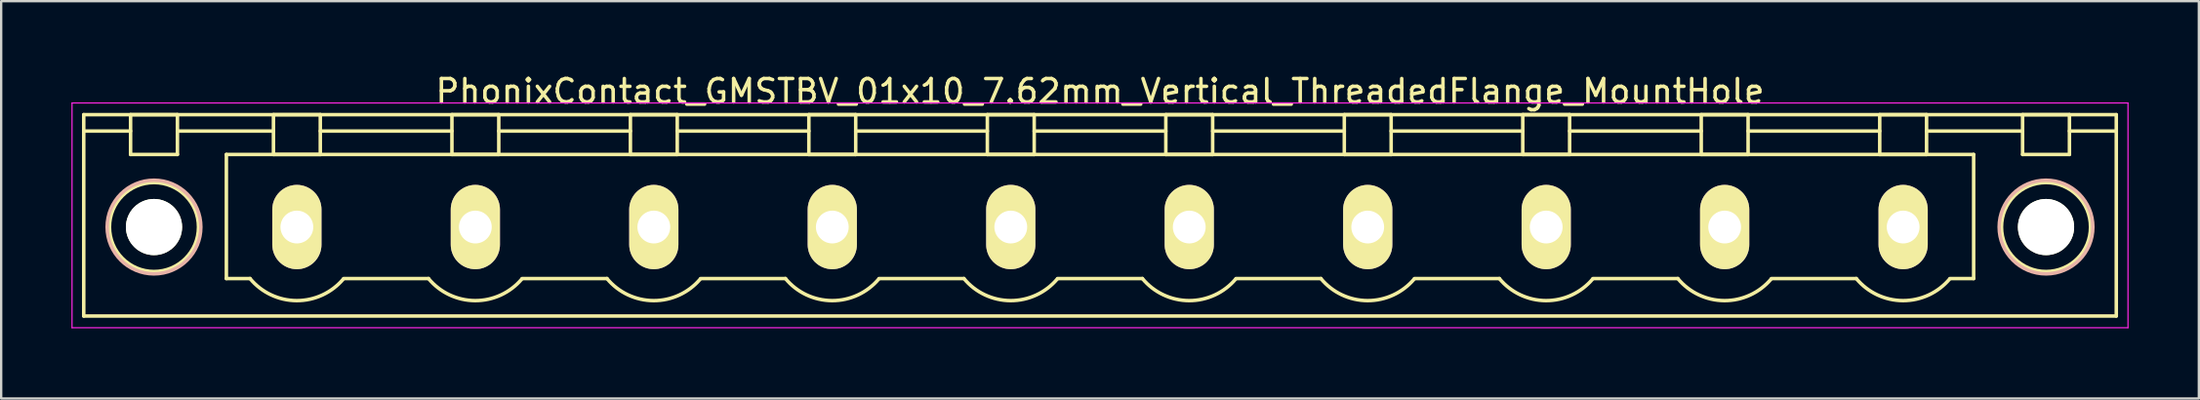
<source format=kicad_pcb>
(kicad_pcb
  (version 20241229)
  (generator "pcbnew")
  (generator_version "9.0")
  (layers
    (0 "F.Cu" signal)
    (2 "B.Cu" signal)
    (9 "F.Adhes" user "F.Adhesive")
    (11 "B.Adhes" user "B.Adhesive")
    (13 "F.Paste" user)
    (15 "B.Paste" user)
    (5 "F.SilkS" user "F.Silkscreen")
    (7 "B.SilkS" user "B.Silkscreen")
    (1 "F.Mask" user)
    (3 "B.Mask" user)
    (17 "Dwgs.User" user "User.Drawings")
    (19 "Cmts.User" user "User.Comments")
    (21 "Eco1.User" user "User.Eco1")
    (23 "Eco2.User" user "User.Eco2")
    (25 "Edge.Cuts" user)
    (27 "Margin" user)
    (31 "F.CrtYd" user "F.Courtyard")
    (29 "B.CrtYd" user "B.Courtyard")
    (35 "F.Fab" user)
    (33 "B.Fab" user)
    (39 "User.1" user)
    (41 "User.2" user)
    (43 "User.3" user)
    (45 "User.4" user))
  (footprint "PhonixContact_GMSTBV_01x10_7.62mm_Vertical_ThreadedFlange_MountHole"
    (layer "F.Cu")
    (at 9.625 6.648)
    (property "Reference" "PhonixContact_GMSTBV_01x10_7.62mm_Vertical_ThreadedFlange_MountHole" (at 34.29 -5.8 0) (layer "F.SilkS") (effects (font (size 1 1) (thickness 0.15))))
    (attr through_hole)
    (fp_line (start -9.1 -4.8) (end -9.1 3.8) (stroke (width 0.15) (type solid)) (layer "F.SilkS"))
    (fp_line (start -9.1 -4.1) (end -7.1 -4.1) (stroke (width 0.15) (type solid)) (layer "F.SilkS"))
    (fp_line (start -9.1 3.8) (end 77.68 3.8) (stroke (width 0.15) (type solid)) (layer "F.SilkS"))
    (fp_line (start -7.1 -4.8) (end -5.1 -4.8) (stroke (width 0.15) (type solid)) (layer "F.SilkS"))
    (fp_line (start -7.1 -3.1) (end -7.1 -4.8) (stroke (width 0.15) (type solid)) (layer "F.SilkS"))
    (fp_line (start -5.1 -4.8) (end -5.1 -3.1) (stroke (width 0.15) (type solid)) (layer "F.SilkS"))
    (fp_line (start -5.1 -4.1) (end -1 -4.1) (stroke (width 0.15) (type solid)) (layer "F.SilkS"))
    (fp_line (start -5.1 -3.1) (end -7.1 -3.1) (stroke (width 0.15) (type solid)) (layer "F.SilkS"))
    (fp_line (start -3.01 -3.1) (end 71.59 -3.1) (stroke (width 0.15) (type solid)) (layer "F.SilkS"))
    (fp_line (start -3.01 2.2) (end -3.01 -3.1) (stroke (width 0.15) (type solid)) (layer "F.SilkS"))
    (fp_line (start -2 2.2) (end -3.01 2.2) (stroke (width 0.15) (type solid)) (layer "F.SilkS"))
    (fp_line (start -1 -4.8) (end 1 -4.8) (stroke (width 0.15) (type solid)) (layer "F.SilkS"))
    (fp_line (start -1 -3.1) (end -1 -4.8) (stroke (width 0.15) (type solid)) (layer "F.SilkS"))
    (fp_line (start 1 -4.8) (end 1 -3.1) (stroke (width 0.15) (type solid)) (layer "F.SilkS"))
    (fp_line (start 1 -4.1) (end 6.62 -4.1) (stroke (width 0.15) (type solid)) (layer "F.SilkS"))
    (fp_line (start 1 -3.1) (end -1 -3.1) (stroke (width 0.15) (type solid)) (layer "F.SilkS"))
    (fp_line (start 2 2.2) (end 5.62 2.2) (stroke (width 0.15) (type solid)) (layer "F.SilkS"))
    (fp_line (start 6.62 -4.8) (end 8.62 -4.8) (stroke (width 0.15) (type solid)) (layer "F.SilkS"))
    (fp_line (start 6.62 -3.1) (end 6.62 -4.8) (stroke (width 0.15) (type solid)) (layer "F.SilkS"))
    (fp_line (start 8.62 -4.8) (end 8.62 -3.1) (stroke (width 0.15) (type solid)) (layer "F.SilkS"))
    (fp_line (start 8.62 -4.1) (end 14.24 -4.1) (stroke (width 0.15) (type solid)) (layer "F.SilkS"))
    (fp_line (start 8.62 -3.1) (end 6.62 -3.1) (stroke (width 0.15) (type solid)) (layer "F.SilkS"))
    (fp_line (start 9.62 2.2) (end 13.24 2.2) (stroke (width 0.15) (type solid)) (layer "F.SilkS"))
    (fp_line (start 14.24 -4.8) (end 16.24 -4.8) (stroke (width 0.15) (type solid)) (layer "F.SilkS"))
    (fp_line (start 14.24 -3.1) (end 14.24 -4.8) (stroke (width 0.15) (type solid)) (layer "F.SilkS"))
    (fp_line (start 16.24 -4.8) (end 16.24 -3.1) (stroke (width 0.15) (type solid)) (layer "F.SilkS"))
    (fp_line (start 16.24 -4.1) (end 21.86 -4.1) (stroke (width 0.15) (type solid)) (layer "F.SilkS"))
    (fp_line (start 16.24 -3.1) (end 14.24 -3.1) (stroke (width 0.15) (type solid)) (layer "F.SilkS"))
    (fp_line (start 17.24 2.2) (end 20.86 2.2) (stroke (width 0.15) (type solid)) (layer "F.SilkS"))
    (fp_line (start 21.86 -4.8) (end 23.86 -4.8) (stroke (width 0.15) (type solid)) (layer "F.SilkS"))
    (fp_line (start 21.86 -3.1) (end 21.86 -4.8) (stroke (width 0.15) (type solid)) (layer "F.SilkS"))
    (fp_line (start 23.86 -4.8) (end 23.86 -3.1) (stroke (width 0.15) (type solid)) (layer "F.SilkS"))
    (fp_line (start 23.86 -4.1) (end 29.48 -4.1) (stroke (width 0.15) (type solid)) (layer "F.SilkS"))
    (fp_line (start 23.86 -3.1) (end 21.86 -3.1) (stroke (width 0.15) (type solid)) (layer "F.SilkS"))
    (fp_line (start 24.86 2.2) (end 28.48 2.2) (stroke (width 0.15) (type solid)) (layer "F.SilkS"))
    (fp_line (start 29.48 -4.8) (end 31.48 -4.8) (stroke (width 0.15) (type solid)) (layer "F.SilkS"))
    (fp_line (start 29.48 -3.1) (end 29.48 -4.8) (stroke (width 0.15) (type solid)) (layer "F.SilkS"))
    (fp_line (start 31.48 -4.8) (end 31.48 -3.1) (stroke (width 0.15) (type solid)) (layer "F.SilkS"))
    (fp_line (start 31.48 -4.1) (end 37.1 -4.1) (stroke (width 0.15) (type solid)) (layer "F.SilkS"))
    (fp_line (start 31.48 -3.1) (end 29.48 -3.1) (stroke (width 0.15) (type solid)) (layer "F.SilkS"))
    (fp_line (start 32.48 2.2) (end 36.1 2.2) (stroke (width 0.15) (type solid)) (layer "F.SilkS"))
    (fp_line (start 37.1 -4.8) (end 39.1 -4.8) (stroke (width 0.15) (type solid)) (layer "F.SilkS"))
    (fp_line (start 37.1 -3.1) (end 37.1 -4.8) (stroke (width 0.15) (type solid)) (layer "F.SilkS"))
    (fp_line (start 39.1 -4.8) (end 39.1 -3.1) (stroke (width 0.15) (type solid)) (layer "F.SilkS"))
    (fp_line (start 39.1 -4.1) (end 44.72 -4.1) (stroke (width 0.15) (type solid)) (layer "F.SilkS"))
    (fp_line (start 39.1 -3.1) (end 37.1 -3.1) (stroke (width 0.15) (type solid)) (layer "F.SilkS"))
    (fp_line (start 40.1 2.2) (end 43.72 2.2) (stroke (width 0.15) (type solid)) (layer "F.SilkS"))
    (fp_line (start 44.72 -4.8) (end 46.72 -4.8) (stroke (width 0.15) (type solid)) (layer "F.SilkS"))
    (fp_line (start 44.72 -3.1) (end 44.72 -4.8) (stroke (width 0.15) (type solid)) (layer "F.SilkS"))
    (fp_line (start 46.72 -4.8) (end 46.72 -3.1) (stroke (width 0.15) (type solid)) (layer "F.SilkS"))
    (fp_line (start 46.72 -4.1) (end 52.34 -4.1) (stroke (width 0.15) (type solid)) (layer "F.SilkS"))
    (fp_line (start 46.72 -3.1) (end 44.72 -3.1) (stroke (width 0.15) (type solid)) (layer "F.SilkS"))
    (fp_line (start 47.72 2.2) (end 51.34 2.2) (stroke (width 0.15) (type solid)) (layer "F.SilkS"))
    (fp_line (start 52.34 -4.8) (end 54.34 -4.8) (stroke (width 0.15) (type solid)) (layer "F.SilkS"))
    (fp_line (start 52.34 -3.1) (end 52.34 -4.8) (stroke (width 0.15) (type solid)) (layer "F.SilkS"))
    (fp_line (start 54.34 -4.8) (end 54.34 -3.1) (stroke (width 0.15) (type solid)) (layer "F.SilkS"))
    (fp_line (start 54.34 -4.1) (end 59.96 -4.1) (stroke (width 0.15) (type solid)) (layer "F.SilkS"))
    (fp_line (start 54.34 -3.1) (end 52.34 -3.1) (stroke (width 0.15) (type solid)) (layer "F.SilkS"))
    (fp_line (start 55.34 2.2) (end 58.96 2.2) (stroke (width 0.15) (type solid)) (layer "F.SilkS"))
    (fp_line (start 59.96 -4.8) (end 61.96 -4.8) (stroke (width 0.15) (type solid)) (layer "F.SilkS"))
    (fp_line (start 59.96 -3.1) (end 59.96 -4.8) (stroke (width 0.15) (type solid)) (layer "F.SilkS"))
    (fp_line (start 61.96 -4.8) (end 61.96 -3.1) (stroke (width 0.15) (type solid)) (layer "F.SilkS"))
    (fp_line (start 61.96 -4.1) (end 67.58 -4.1) (stroke (width 0.15) (type solid)) (layer "F.SilkS"))
    (fp_line (start 61.96 -3.1) (end 59.96 -3.1) (stroke (width 0.15) (type solid)) (layer "F.SilkS"))
    (fp_line (start 62.96 2.2) (end 66.58 2.2) (stroke (width 0.15) (type solid)) (layer "F.SilkS"))
    (fp_line (start 67.58 -4.8) (end 69.58 -4.8) (stroke (width 0.15) (type solid)) (layer "F.SilkS"))
    (fp_line (start 67.58 -3.1) (end 67.58 -4.8) (stroke (width 0.15) (type solid)) (layer "F.SilkS"))
    (fp_line (start 69.58 -4.8) (end 69.58 -3.1) (stroke (width 0.15) (type solid)) (layer "F.SilkS"))
    (fp_line (start 69.58 -4.1) (end 73.68 -4.1) (stroke (width 0.15) (type solid)) (layer "F.SilkS"))
    (fp_line (start 69.58 -3.1) (end 67.58 -3.1) (stroke (width 0.15) (type solid)) (layer "F.SilkS"))
    (fp_line (start 71.59 -3.1) (end 71.59 2.2) (stroke (width 0.15) (type solid)) (layer "F.SilkS"))
    (fp_line (start 71.59 2.2) (end 70.58 2.2) (stroke (width 0.15) (type solid)) (layer "F.SilkS"))
    (fp_line (start 73.68 -4.8) (end 75.68 -4.8) (stroke (width 0.15) (type solid)) (layer "F.SilkS"))
    (fp_line (start 73.68 -3.1) (end 73.68 -4.8) (stroke (width 0.15) (type solid)) (layer "F.SilkS"))
    (fp_line (start 75.68 -4.8) (end 75.68 -3.1) (stroke (width 0.15) (type solid)) (layer "F.SilkS"))
    (fp_line (start 75.68 -3.1) (end 73.68 -3.1) (stroke (width 0.15) (type solid)) (layer "F.SilkS"))
    (fp_line (start 77.68 -4.8) (end -9.1 -4.8) (stroke (width 0.15) (type solid)) (layer "F.SilkS"))
    (fp_line (start 77.68 -4.1) (end 75.68 -4.1) (stroke (width 0.15) (type solid)) (layer "F.SilkS"))
    (fp_line (start 77.68 3.8) (end 77.68 -4.8) (stroke (width 0.15) (type solid)) (layer "F.SilkS"))
    (fp_arc (start 1.986842 2.215821) (mid -0.010289 3.142758) (end -2 2.2) (stroke (width 0.15) (type solid)) (layer "F.SilkS"))
    (fp_arc (start 9.606842 2.215821) (mid 7.609711 3.142758) (end 5.62 2.2) (stroke (width 0.15) (type solid)) (layer "F.SilkS"))
    (fp_arc (start 17.226842 2.215821) (mid 15.229711 3.142758) (end 13.24 2.2) (stroke (width 0.15) (type solid)) (layer "F.SilkS"))
    (fp_arc (start 24.846842 2.215821) (mid 22.849711 3.142758) (end 20.86 2.2) (stroke (width 0.15) (type solid)) (layer "F.SilkS"))
    (fp_arc (start 32.466842 2.215821) (mid 30.469711 3.142758) (end 28.48 2.2) (stroke (width 0.15) (type solid)) (layer "F.SilkS"))
    (fp_arc (start 40.086842 2.215821) (mid 38.089711 3.142758) (end 36.1 2.2) (stroke (width 0.15) (type solid)) (layer "F.SilkS"))
    (fp_arc (start 47.706842 2.215821) (mid 45.709711 3.142758) (end 43.72 2.2) (stroke (width 0.15) (type solid)) (layer "F.SilkS"))
    (fp_arc (start 55.326842 2.215821) (mid 53.329711 3.142758) (end 51.34 2.2) (stroke (width 0.15) (type solid)) (layer "F.SilkS"))
    (fp_arc (start 62.946842 2.215821) (mid 60.949711 3.142758) (end 58.96 2.2) (stroke (width 0.15) (type solid)) (layer "F.SilkS"))
    (fp_arc (start 70.566842 2.215821) (mid 68.569711 3.142758) (end 66.58 2.2) (stroke (width 0.15) (type solid)) (layer "F.SilkS"))
    (fp_circle (center -6.1 0) (end -5.1 0) (stroke (width 0.15) (type solid)) (fill no) (layer "F.SilkS"))
    (fp_circle (center -6.1 0) (end -4.2 0) (stroke (width 0.15) (type solid)) (fill no) (layer "F.SilkS"))
    (fp_circle (center 74.68 0) (end 75.68 0) (stroke (width 0.15) (type solid)) (fill no) (layer "F.SilkS"))
    (fp_circle (center 74.68 0) (end 76.58 0) (stroke (width 0.15) (type solid)) (fill no) (layer "F.SilkS"))
    (fp_circle (center -6.1 0) (end -4.1 0) (stroke (width 0.15) (type solid)) (fill no) (layer "B.SilkS"))
    (fp_circle (center 74.68 0) (end 76.68 0) (stroke (width 0.15) (type solid)) (fill no) (layer "B.SilkS"))
    (fp_line (start -9.6 -5.3) (end -9.6 4.3) (stroke (width 0.05) (type solid)) (layer "F.CrtYd"))
    (fp_line (start -9.6 4.3) (end 78.18 4.3) (stroke (width 0.05) (type solid)) (layer "F.CrtYd"))
    (fp_line (start 78.18 -5.3) (end -9.6 -5.3) (stroke (width 0.05) (type solid)) (layer "F.CrtYd"))
    (fp_line (start 78.18 4.3) (end 78.18 -5.3) (stroke (width 0.05) (type solid)) (layer "F.CrtYd"))
    (pad "" np_thru_hole circle (at -6.1 0) (size 2.4 2.4) (drill 2.4) (layers "*.Cu" "*.Mask" "F.SilkS"))
    (pad "" np_thru_hole circle (at 74.68 0) (size 2.4 2.4) (drill 2.4) (layers "*.Cu" "*.Mask" "F.SilkS"))
    (pad "1" thru_hole oval (at 0 0) (size 2.1 3.6) (drill 1.4) (layers "*.Cu" "*.Mask" "F.SilkS"))
    (pad "2" thru_hole oval (at 7.62 0) (size 2.1 3.6) (drill 1.4) (layers "*.Cu" "*.Mask" "F.SilkS"))
    (pad "3" thru_hole oval (at 15.24 0) (size 2.1 3.6) (drill 1.4) (layers "*.Cu" "*.Mask" "F.SilkS"))
    (pad "4" thru_hole oval (at 22.86 0) (size 2.1 3.6) (drill 1.4) (layers "*.Cu" "*.Mask" "F.SilkS"))
    (pad "5" thru_hole oval (at 30.48 0) (size 2.1 3.6) (drill 1.4) (layers "*.Cu" "*.Mask" "F.SilkS"))
    (pad "6" thru_hole oval (at 38.1 0) (size 2.1 3.6) (drill 1.4) (layers "*.Cu" "*.Mask" "F.SilkS"))
    (pad "7" thru_hole oval (at 45.72 0) (size 2.1 3.6) (drill 1.4) (layers "*.Cu" "*.Mask" "F.SilkS"))
    (pad "8" thru_hole oval (at 53.34 0) (size 2.1 3.6) (drill 1.4) (layers "*.Cu" "*.Mask" "F.SilkS"))
    (pad "9" thru_hole oval (at 60.96 0) (size 2.1 3.6) (drill 1.4) (layers "*.Cu" "*.Mask" "F.SilkS"))
    (pad "10" thru_hole oval (at 68.58 0) (size 2.1 3.6) (drill 1.4) (layers "*.Cu" "*.Mask" "F.SilkS")))
  (gr_rect
    (start -3 -3)
    (end 90.83 13.973)
    (stroke (width 0.1) (type default))
    (fill no)
    (layer "Edge.Cuts")))
</source>
